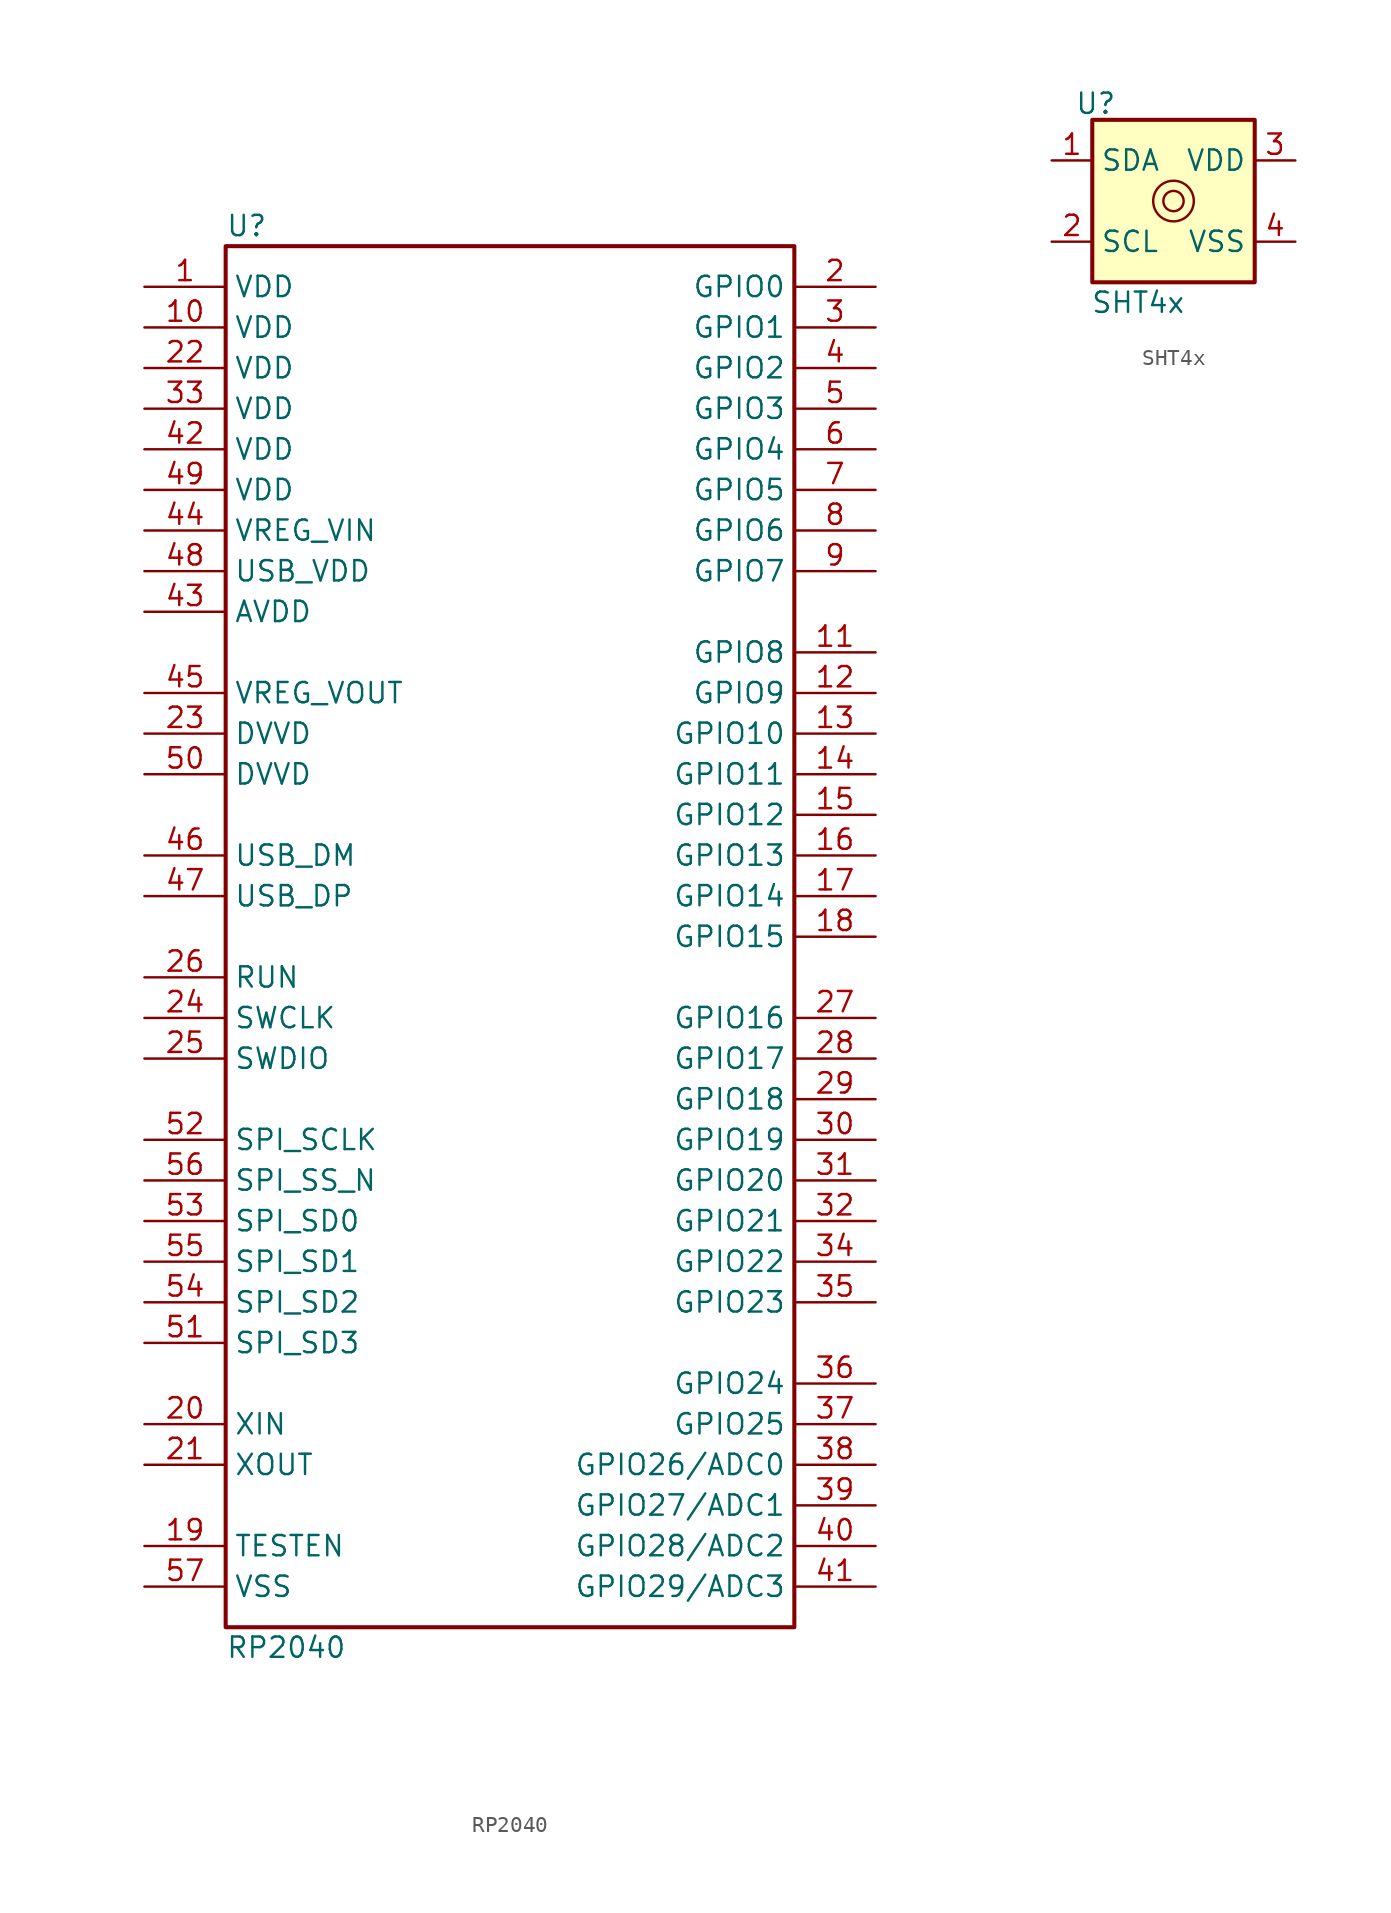
<source format=kicad_sym>
(kicad_symbol_lib
  (version 20231120)
  (generator "kicad_symbol_editor")
  (generator_version "8.0")
  (symbol "RP2040"
    (property "Reference" "U"
      (at -17.78 44.45 0)
      (effects (font (size 1.27 1.27)) (justify left)))
    (property "Value" "RP2040"
      (at -17.78 -44.45 0)
      (effects (font (size 1.27 1.27)) (justify left)))
    (symbol "RP2040_0_1"
      (rectangle (start -17.78 43.18) (end 17.78 -43.18) (stroke (width 0.254) (type default)) (fill (type none))))
    (symbol "RP2040_1_1"
      (pin power_in line (at -22.86 40.64 0) (length 5.08) (name "VDD" (effects (font (size 1.27 1.27)))) (number "1" (effects (font (size 1.27 1.27)))))
      (pin power_in line (at -22.86 38.1 0) (length 5.08) (name "VDD" (effects (font (size 1.27 1.27)))) (number "10" (effects (font (size 1.27 1.27)))))
      (pin bidirectional line (at 22.86 17.78 180) (length 5.08) (name "GPIO8" (effects (font (size 1.27 1.27)))) (number "11" (effects (font (size 1.27 1.27)))))
      (pin bidirectional line (at 22.86 15.24 180) (length 5.08) (name "GPIO9" (effects (font (size 1.27 1.27)))) (number "12" (effects (font (size 1.27 1.27)))))
      (pin bidirectional line (at 22.86 12.7 180) (length 5.08) (name "GPIO10" (effects (font (size 1.27 1.27)))) (number "13" (effects (font (size 1.27 1.27)))))
      (pin bidirectional line (at 22.86 10.16 180) (length 5.08) (name "GPIO11" (effects (font (size 1.27 1.27)))) (number "14" (effects (font (size 1.27 1.27)))))
      (pin bidirectional line (at 22.86 7.62 180) (length 5.08) (name "GPIO12" (effects (font (size 1.27 1.27)))) (number "15" (effects (font (size 1.27 1.27)))))
      (pin bidirectional line (at 22.86 5.08 180) (length 5.08) (name "GPIO13" (effects (font (size 1.27 1.27)))) (number "16" (effects (font (size 1.27 1.27)))))
      (pin bidirectional line (at 22.86 2.54 180) (length 5.08) (name "GPIO14" (effects (font (size 1.27 1.27)))) (number "17" (effects (font (size 1.27 1.27)))))
      (pin bidirectional line (at 22.86 0 180) (length 5.08) (name "GPIO15" (effects (font (size 1.27 1.27)))) (number "18" (effects (font (size 1.27 1.27)))))
      (pin passive line (at -22.86 -38.1 0) (length 5.08) (name "TESTEN" (effects (font (size 1.27 1.27)))) (number "19" (effects (font (size 1.27 1.27)))))
      (pin bidirectional line (at 22.86 40.64 180) (length 5.08) (name "GPIO0" (effects (font (size 1.27 1.27)))) (number "2" (effects (font (size 1.27 1.27)))))
      (pin bidirectional line (at -22.86 -30.48 0) (length 5.08) (name "XIN" (effects (font (size 1.27 1.27)))) (number "20" (effects (font (size 1.27 1.27)))))
      (pin bidirectional line (at -22.86 -33.02 0) (length 5.08) (name "XOUT" (effects (font (size 1.27 1.27)))) (number "21" (effects (font (size 1.27 1.27)))))
      (pin power_in line (at -22.86 35.56 0) (length 5.08) (name "VDD" (effects (font (size 1.27 1.27)))) (number "22" (effects (font (size 1.27 1.27)))))
      (pin power_in line (at -22.86 12.7 0) (length 5.08) (name "DVVD" (effects (font (size 1.27 1.27)))) (number "23" (effects (font (size 1.27 1.27)))))
      (pin bidirectional line (at -22.86 -5.08 0) (length 5.08) (name "SWCLK" (effects (font (size 1.27 1.27)))) (number "24" (effects (font (size 1.27 1.27)))))
      (pin bidirectional line (at -22.86 -7.62 0) (length 5.08) (name "SWDIO" (effects (font (size 1.27 1.27)))) (number "25" (effects (font (size 1.27 1.27)))))
      (pin bidirectional line (at -22.86 -2.54 0) (length 5.08) (name "RUN" (effects (font (size 1.27 1.27)))) (number "26" (effects (font (size 1.27 1.27)))))
      (pin bidirectional line (at 22.86 -5.08 180) (length 5.08) (name "GPIO16" (effects (font (size 1.27 1.27)))) (number "27" (effects (font (size 1.27 1.27)))))
      (pin bidirectional line (at 22.86 -7.62 180) (length 5.08) (name "GPIO17" (effects (font (size 1.27 1.27)))) (number "28" (effects (font (size 1.27 1.27)))))
      (pin bidirectional line (at 22.86 -10.16 180) (length 5.08) (name "GPIO18" (effects (font (size 1.27 1.27)))) (number "29" (effects (font (size 1.27 1.27)))))
      (pin bidirectional line (at 22.86 38.1 180) (length 5.08) (name "GPIO1" (effects (font (size 1.27 1.27)))) (number "3" (effects (font (size 1.27 1.27)))))
      (pin bidirectional line (at 22.86 -12.7 180) (length 5.08) (name "GPIO19" (effects (font (size 1.27 1.27)))) (number "30" (effects (font (size 1.27 1.27)))))
      (pin bidirectional line (at 22.86 -15.24 180) (length 5.08) (name "GPIO20" (effects (font (size 1.27 1.27)))) (number "31" (effects (font (size 1.27 1.27)))))
      (pin bidirectional line (at 22.86 -17.78 180) (length 5.08) (name "GPIO21" (effects (font (size 1.27 1.27)))) (number "32" (effects (font (size 1.27 1.27)))))
      (pin power_in line (at -22.86 33.02 0) (length 5.08) (name "VDD" (effects (font (size 1.27 1.27)))) (number "33" (effects (font (size 1.27 1.27)))))
      (pin bidirectional line (at 22.86 -20.32 180) (length 5.08) (name "GPIO22" (effects (font (size 1.27 1.27)))) (number "34" (effects (font (size 1.27 1.27)))))
      (pin bidirectional line (at 22.86 -22.86 180) (length 5.08) (name "GPIO23" (effects (font (size 1.27 1.27)))) (number "35" (effects (font (size 1.27 1.27)))))
      (pin bidirectional line (at 22.86 -27.94 180) (length 5.08) (name "GPIO24" (effects (font (size 1.27 1.27)))) (number "36" (effects (font (size 1.27 1.27)))))
      (pin bidirectional line (at 22.86 -30.48 180) (length 5.08) (name "GPIO25" (effects (font (size 1.27 1.27)))) (number "37" (effects (font (size 1.27 1.27)))))
      (pin bidirectional line (at 22.86 -33.02 180) (length 5.08) (name "GPIO26/ADC0" (effects (font (size 1.27 1.27)))) (number "38" (effects (font (size 1.27 1.27)))))
      (pin bidirectional line (at 22.86 -35.56 180) (length 5.08) (name "GPIO27/ADC1" (effects (font (size 1.27 1.27)))) (number "39" (effects (font (size 1.27 1.27)))))
      (pin bidirectional line (at 22.86 35.56 180) (length 5.08) (name "GPIO2" (effects (font (size 1.27 1.27)))) (number "4" (effects (font (size 1.27 1.27)))))
      (pin bidirectional line (at 22.86 -38.1 180) (length 5.08) (name "GPIO28/ADC2" (effects (font (size 1.27 1.27)))) (number "40" (effects (font (size 1.27 1.27)))))
      (pin bidirectional line (at 22.86 -40.64 180) (length 5.08) (name "GPIO29/ADC3" (effects (font (size 1.27 1.27)))) (number "41" (effects (font (size 1.27 1.27)))))
      (pin power_in line (at -22.86 30.48 0) (length 5.08) (name "VDD" (effects (font (size 1.27 1.27)))) (number "42" (effects (font (size 1.27 1.27)))))
      (pin power_in line (at -22.86 20.32 0) (length 5.08) (name "AVDD" (effects (font (size 1.27 1.27)))) (number "43" (effects (font (size 1.27 1.27)))))
      (pin power_in line (at -22.86 25.4 0) (length 5.08) (name "VREG_VIN" (effects (font (size 1.27 1.27)))) (number "44" (effects (font (size 1.27 1.27)))))
      (pin power_out line (at -22.86 15.24 0) (length 5.08) (name "VREG_VOUT" (effects (font (size 1.27 1.27)))) (number "45" (effects (font (size 1.27 1.27)))))
      (pin bidirectional line (at -22.86 5.08 0) (length 5.08) (name "USB_DM" (effects (font (size 1.27 1.27)))) (number "46" (effects (font (size 1.27 1.27)))))
      (pin bidirectional line (at -22.86 2.54 0) (length 5.08) (name "USB_DP" (effects (font (size 1.27 1.27)))) (number "47" (effects (font (size 1.27 1.27)))))
      (pin power_in line (at -22.86 22.86 0) (length 5.08) (name "USB_VDD" (effects (font (size 1.27 1.27)))) (number "48" (effects (font (size 1.27 1.27)))))
      (pin power_in line (at -22.86 27.94 0) (length 5.08) (name "VDD" (effects (font (size 1.27 1.27)))) (number "49" (effects (font (size 1.27 1.27)))))
      (pin bidirectional line (at 22.86 33.02 180) (length 5.08) (name "GPIO3" (effects (font (size 1.27 1.27)))) (number "5" (effects (font (size 1.27 1.27)))))
      (pin power_in line (at -22.86 10.16 0) (length 5.08) (name "DVVD" (effects (font (size 1.27 1.27)))) (number "50" (effects (font (size 1.27 1.27)))))
      (pin bidirectional line (at -22.86 -25.4 0) (length 5.08) (name "SPI_SD3" (effects (font (size 1.27 1.27)))) (number "51" (effects (font (size 1.27 1.27)))))
      (pin bidirectional line (at -22.86 -12.7 0) (length 5.08) (name "SPI_SCLK" (effects (font (size 1.27 1.27)))) (number "52" (effects (font (size 1.27 1.27)))))
      (pin bidirectional line (at -22.86 -17.78 0) (length 5.08) (name "SPI_SD0" (effects (font (size 1.27 1.27)))) (number "53" (effects (font (size 1.27 1.27)))))
      (pin bidirectional line (at -22.86 -22.86 0) (length 5.08) (name "SPI_SD2" (effects (font (size 1.27 1.27)))) (number "54" (effects (font (size 1.27 1.27)))))
      (pin bidirectional line (at -22.86 -20.32 0) (length 5.08) (name "SPI_SD1" (effects (font (size 1.27 1.27)))) (number "55" (effects (font (size 1.27 1.27)))))
      (pin bidirectional line (at -22.86 -15.24 0) (length 5.08) (name "SPI_SS_N" (effects (font (size 1.27 1.27)))) (number "56" (effects (font (size 1.27 1.27)))))
      (pin power_in line (at -22.86 -40.64 0) (length 5.08) (name "VSS" (effects (font (size 1.27 1.27)))) (number "57" (effects (font (size 1.27 1.27)))))
      (pin bidirectional line (at 22.86 30.48 180) (length 5.08) (name "GPIO4" (effects (font (size 1.27 1.27)))) (number "6" (effects (font (size 1.27 1.27)))))
      (pin bidirectional line (at 22.86 27.94 180) (length 5.08) (name "GPIO5" (effects (font (size 1.27 1.27)))) (number "7" (effects (font (size 1.27 1.27)))))
      (pin bidirectional line (at 22.86 25.4 180) (length 5.08) (name "GPIO6" (effects (font (size 1.27 1.27)))) (number "8" (effects (font (size 1.27 1.27)))))
      (pin bidirectional line (at 22.86 22.86 180) (length 5.08) (name "GPIO7" (effects (font (size 1.27 1.27)))) (number "9" (effects (font (size 1.27 1.27)))))))
  (symbol "SHT4x"
    (property "Reference" "U"
      (at -3.556 6.096 0)
      (effects (font (size 1.27 1.27)) (justify right)))
    (property "Value" "SHT4x"
      (at 0.762 -6.35 0)
      (effects (font (size 1.27 1.27)) (justify right)))
    (symbol "SHT4x_0_1"
      (circle (center 0 0) (radius 0.635) (stroke (width 0) (type default)) (fill (type none)))
      (circle (center 0 0) (radius 1.27) (stroke (width 0) (type default)) (fill (type none))))
    (symbol "SHT4x_1_1"
      (rectangle (start -5.08 5.08) (end 5.08 -5.08) (stroke (width 0.254) (type default)) (fill (type background)))
      (pin bidirectional line (at -7.62 2.54 0) (length 2.54) (name "SDA" (effects (font (size 1.27 1.27)))) (number "1" (effects (font (size 1.27 1.27)))))
      (pin input line (at -7.62 -2.54 0) (length 2.54) (name "SCL" (effects (font (size 1.27 1.27)))) (number "2" (effects (font (size 1.27 1.27)))))
      (pin power_in line (at 7.62 2.54 180) (length 2.54) (name "VDD" (effects (font (size 1.27 1.27)))) (number "3" (effects (font (size 1.27 1.27)))))
      (pin power_in line (at 7.62 -2.54 180) (length 2.54) (name "VSS" (effects (font (size 1.27 1.27)))) (number "4" (effects (font (size 1.27 1.27))))))))
</source>
